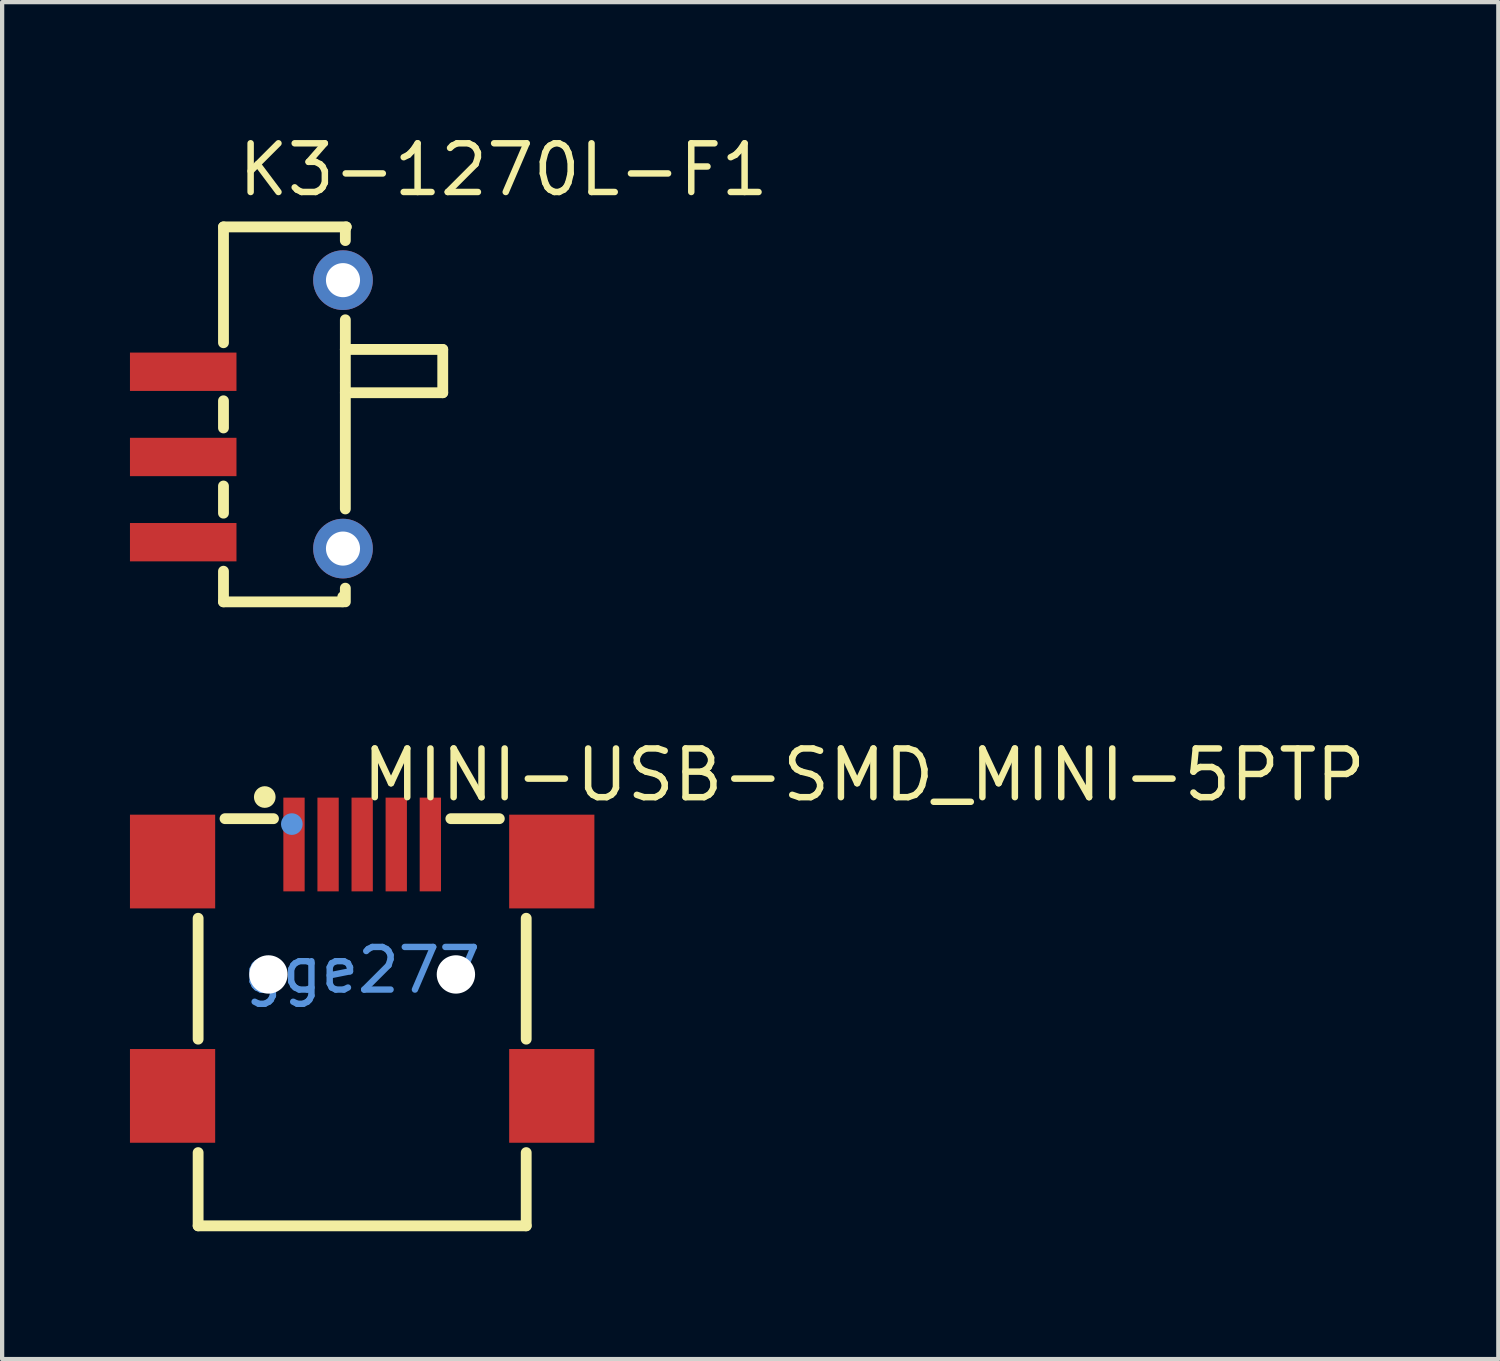
<source format=kicad_pcb>
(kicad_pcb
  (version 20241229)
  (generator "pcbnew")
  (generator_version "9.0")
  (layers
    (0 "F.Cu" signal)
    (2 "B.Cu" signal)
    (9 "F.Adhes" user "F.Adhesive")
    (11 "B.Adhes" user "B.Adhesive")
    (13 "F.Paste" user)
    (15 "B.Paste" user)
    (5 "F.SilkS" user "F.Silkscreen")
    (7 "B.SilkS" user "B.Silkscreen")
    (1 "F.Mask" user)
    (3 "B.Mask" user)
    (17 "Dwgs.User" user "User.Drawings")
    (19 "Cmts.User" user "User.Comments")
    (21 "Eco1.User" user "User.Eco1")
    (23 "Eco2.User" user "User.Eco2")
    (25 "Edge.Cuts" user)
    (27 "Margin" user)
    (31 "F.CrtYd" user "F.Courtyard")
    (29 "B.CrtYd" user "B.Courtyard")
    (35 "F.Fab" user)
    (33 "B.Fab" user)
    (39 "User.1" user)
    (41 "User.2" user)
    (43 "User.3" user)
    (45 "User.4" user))
  (footprint "MINI-USB-SMD_MINI-5PTP"
    (layer "F.Cu")
    (at 5.45 19.72)
    (property "Reference" "MINI-USB-SMD_MINI-5PTP" (at -0.076 -4.582 0) (layer "F.SilkS") (effects (font (size 1.143 1.143) (thickness 0.152)) (justify left)))
    (attr smd)
    (fp_line (start -3.85 1.619) (end -3.85 -1.219) (stroke (width 0.254) (type solid)) (layer "F.SilkS"))
    (fp_line (start -3.85 6) (end -3.85 4.281) (stroke (width 0.254) (type solid)) (layer "F.SilkS"))
    (fp_line (start -2.081 -3.556) (end -3.219 -3.556) (stroke (width 0.254) (type solid)) (layer "F.SilkS"))
    (fp_line (start 3.219 -3.556) (end 2.081 -3.556) (stroke (width 0.254) (type solid)) (layer "F.SilkS"))
    (fp_line (start 3.85 1.619) (end 3.85 -1.219) (stroke (width 0.254) (type solid)) (layer "F.SilkS"))
    (fp_line (start 3.85 6) (end -3.85 6) (stroke (width 0.254) (type solid)) (layer "F.SilkS"))
    (fp_line (start 3.85 6) (end 3.85 4.281) (stroke (width 0.254) (type solid)) (layer "F.SilkS"))
    (fp_circle (center -2.286 -4.064) (end -2.159 -4.064) (stroke (width 0.254) (type solid)) (fill no) (layer "F.SilkS"))
    (fp_circle (center -2.2 0.1) (end -2.015 0.1) (stroke (width 0.37) (type solid)) (fill no) (layer "Cmts.User"))
    (fp_circle (center -1.651 -3.429) (end -1.524 -3.429) (stroke (width 0.254) (type solid)) (fill no) (layer "Cmts.User"))
    (fp_circle (center 2.2 0.1) (end 2.385 0.1) (stroke (width 0.37) (type solid)) (fill no) (layer "Cmts.User"))
    (fp_text user "gge277" (at 0 0 0) (layer "Cmts.User") (effects (font (size 1 1) (thickness 0.15))))
    (pad "" np_thru_hole circle (at -2.2 0.1) (size 0.9 0.9) (drill 0.9) (layers "*.Cu" "*.Mask"))
    (pad "" np_thru_hole circle (at 2.2 0.1) (size 0.9 0.9) (drill 0.9) (layers "*.Cu" "*.Mask"))
    (pad "1" smd rect (at -1.6 -2.95) (size 0.5 2.2) (layers "F.Cu" "F.Mask" "F.Paste"))
    (pad "2" smd rect (at -0.8 -2.95) (size 0.5 2.2) (layers "F.Cu" "F.Mask" "F.Paste"))
    (pad "3" smd rect (at 0 -2.95) (size 0.5 2.2) (layers "F.Cu" "F.Mask" "F.Paste"))
    (pad "4" smd rect (at 0.8 -2.95) (size 0.5 2.2) (layers "F.Cu" "F.Mask" "F.Paste"))
    (pad "5" smd rect (at 1.6 -2.95) (size 0.5 2.2) (layers "F.Cu" "F.Mask" "F.Paste"))
    (pad "6" smd rect (at -4.45 -2.55) (size 2 2.2) (layers "F.Cu" "F.Mask" "F.Paste"))
    (pad "7" smd rect (at 4.45 -2.55) (size 2 2.2) (layers "F.Cu" "F.Mask" "F.Paste"))
    (pad "8" smd rect (at 4.45 2.95) (size 2 2.2) (layers "F.Cu" "F.Mask" "F.Paste"))
    (pad "9" smd rect (at -4.45 2.95) (size 2 2.2) (layers "F.Cu" "F.Mask" "F.Paste")))
  (footprint "K3-1270L-F1"
    (layer "F.Cu")
    (at 3.125 6.675)
    (property "Reference" "K3-1270L-F1" (at -0.665 -5.74 0) (layer "F.SilkS") (effects (font (size 1.143 1.143) (thickness 0.152)) (justify left)))
    (attr smd)
    (fp_line (start -0.93 -4.4) (end -0.93 -1.681) (stroke (width 0.254) (type solid)) (layer "F.SilkS"))
    (fp_line (start -0.93 -0.319) (end -0.93 0.319) (stroke (width 0.254) (type solid)) (layer "F.SilkS"))
    (fp_line (start -0.93 1.681) (end -0.93 2.319) (stroke (width 0.254) (type solid)) (layer "F.SilkS"))
    (fp_line (start -0.93 3.681) (end -0.93 4.4) (stroke (width 0.254) (type solid)) (layer "F.SilkS"))
    (fp_line (start -0.93 4.4) (end 1.87 4.4) (stroke (width 0.254) (type solid)) (layer "F.SilkS"))
    (fp_line (start 1.87 4.4) (end 1.87 4.281) (stroke (width 0.254) (type solid)) (layer "F.SilkS"))
    (fp_line (start 1.93 -4.38) (end 1.95 -4.4) (stroke (width 0.254) (type solid)) (layer "F.SilkS"))
    (fp_line (start 1.93 -4.079) (end 1.93 -4.38) (stroke (width 0.254) (type solid)) (layer "F.SilkS"))
    (fp_line (start 1.93 -1.524) (end 1.93 -2.22) (stroke (width 0.254) (type solid)) (layer "F.SilkS"))
    (fp_line (start 1.93 -1.524) (end 1.93 2.22) (stroke (width 0.254) (type solid)) (layer "F.SilkS"))
    (fp_line (start 1.93 -1.524) (end 4.216 -1.524) (stroke (width 0.254) (type solid)) (layer "F.SilkS"))
    (fp_line (start 1.93 4.079) (end 1.93 4.4) (stroke (width 0.254) (type solid)) (layer "F.SilkS"))
    (fp_line (start 1.95 -4.4) (end -0.93 -4.4) (stroke (width 0.254) (type solid)) (layer "F.SilkS"))
    (fp_line (start 4.216 -1.524) (end 4.216 -0.508) (stroke (width 0.254) (type solid)) (layer "F.SilkS"))
    (fp_line (start 4.216 -0.508) (end 1.93 -0.508) (stroke (width 0.254) (type solid)) (layer "F.SilkS"))
    (fp_poly (pts (xy -0.625 -0.55) (xy -0.625 -1.45) (xy -3.125 -1.45) (xy -3.125 -0.55)) (stroke (width 0) (type solid)) (fill yes) (layer "F.Paste"))
    (fp_poly (pts (xy -0.625 1.45) (xy -0.625 0.55) (xy -3.125 0.55) (xy -3.125 1.45)) (stroke (width 0) (type solid)) (fill yes) (layer "F.Paste"))
    (fp_poly (pts (xy -0.625 3.45) (xy -0.625 2.55) (xy -3.125 2.55) (xy -3.125 3.45)) (stroke (width 0) (type solid)) (fill yes) (layer "F.Paste"))
    (fp_poly (pts (xy 2.047 -3.829) (xy 1.817 -3.848) (xy 1.594 -3.791) (xy 1.401 -3.665) (xy 1.259 -3.483) (xy 1.185 -3.265) (xy 1.185 -3.035) (xy 1.259 -2.817) (xy 1.401 -2.635) (xy 1.594 -2.509) (xy 1.817 -2.452) (xy 2.047 -2.471) (xy 2.258 -2.564) (xy 2.427 -2.72) (xy 2.537 -2.923) (xy 2.575 -3.15) (xy 2.537 -3.377) (xy 2.427 -3.58) (xy 2.258 -3.736)) (stroke (width 0) (type solid)) (fill yes) (layer "F.Paste"))
    (fp_poly (pts (xy 2.047 2.471) (xy 1.817 2.452) (xy 1.594 2.509) (xy 1.401 2.635) (xy 1.259 2.817) (xy 1.185 3.035) (xy 1.185 3.265) (xy 1.259 3.483) (xy 1.401 3.665) (xy 1.594 3.791) (xy 1.817 3.848) (xy 2.047 3.829) (xy 2.258 3.736) (xy 2.427 3.58) (xy 2.537 3.377) (xy 2.575 3.15) (xy 2.537 2.923) (xy 2.427 2.72) (xy 2.258 2.564)) (stroke (width 0) (type solid)) (fill yes) (layer "F.Paste"))
    (pad "1" smd rect (at -1.875 -1 90) (size 0.9 2.5) (layers "F.Cu" "F.Mask" "F.Paste"))
    (pad "2" smd rect (at -1.875 1 90) (size 0.9 2.5) (layers "F.Cu" "F.Mask" "F.Paste"))
    (pad "3" smd rect (at -1.875 3 90) (size 0.9 2.5) (layers "F.Cu" "F.Mask" "F.Paste"))
    (pad "4" thru_hole circle (at 1.875 -3.15 90) (size 1.4 1.4) (drill 0.8) (layers "*.Cu" "*.Paste" "*.Mask"))
    (pad "5" thru_hole circle (at 1.875 3.15 90) (size 1.4 1.4) (drill 0.8) (layers "*.Cu" "*.Paste" "*.Mask")))
  (gr_rect
    (start -3 -3)
    (end 32.115 28.847)
    (stroke (width 0.1) (type default))
    (fill no)
    (layer "Edge.Cuts")))
</source>
